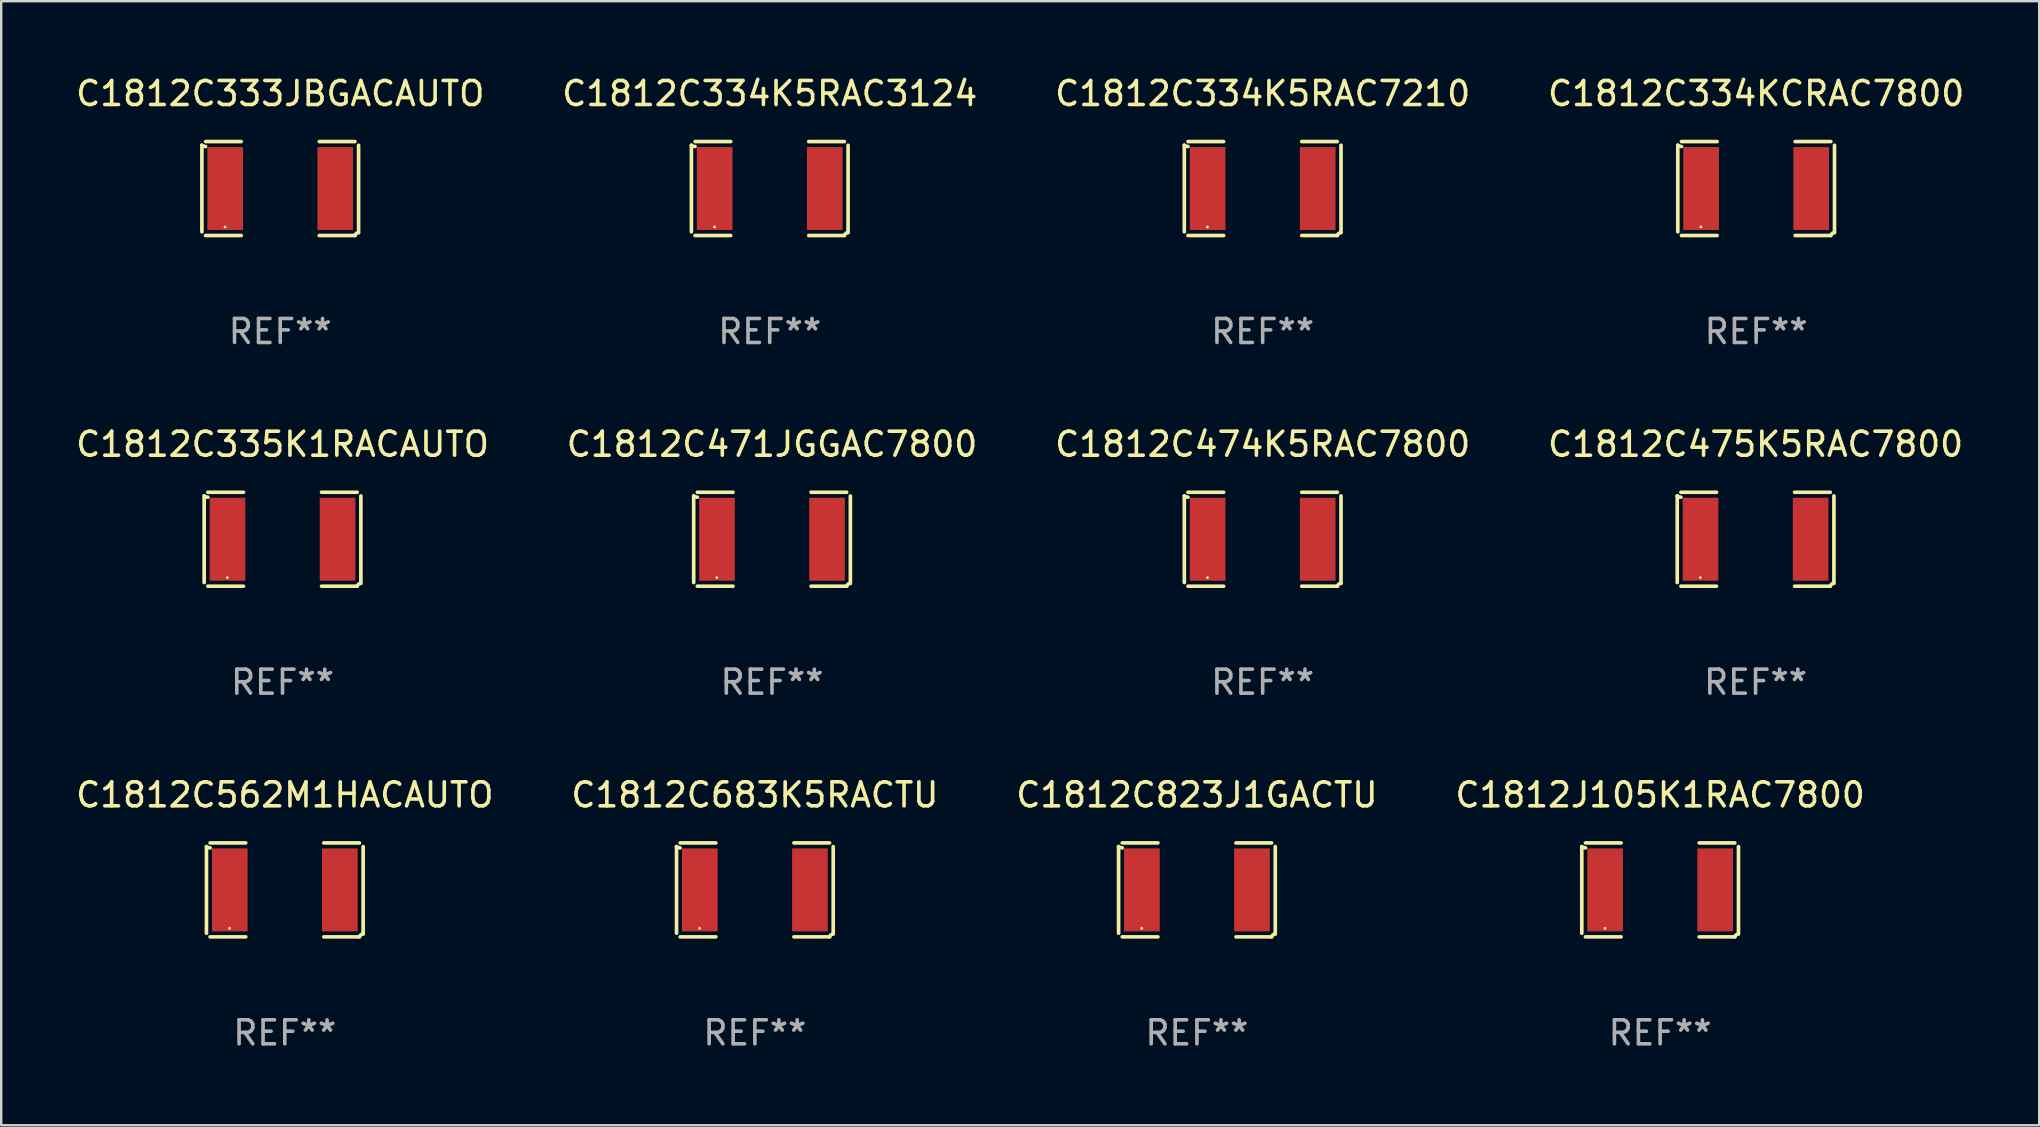
<source format=kicad_pcb>
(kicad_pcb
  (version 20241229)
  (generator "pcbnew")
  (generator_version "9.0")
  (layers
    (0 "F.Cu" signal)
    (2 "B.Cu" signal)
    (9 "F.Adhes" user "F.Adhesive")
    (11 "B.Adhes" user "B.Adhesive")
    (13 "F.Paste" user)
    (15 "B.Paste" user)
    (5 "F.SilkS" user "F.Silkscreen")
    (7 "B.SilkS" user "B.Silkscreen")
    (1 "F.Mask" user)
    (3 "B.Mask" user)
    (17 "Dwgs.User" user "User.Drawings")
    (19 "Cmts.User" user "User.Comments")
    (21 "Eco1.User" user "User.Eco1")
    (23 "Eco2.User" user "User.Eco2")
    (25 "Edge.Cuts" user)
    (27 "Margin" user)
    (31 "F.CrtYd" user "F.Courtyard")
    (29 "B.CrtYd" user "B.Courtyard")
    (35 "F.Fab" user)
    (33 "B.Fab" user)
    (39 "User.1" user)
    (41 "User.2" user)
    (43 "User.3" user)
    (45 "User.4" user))
  (footprint "C1812C334K5RAC3124"
    (layer "F.Cu")
    (at 29.018 4.805)
    (property "Reference" "C1812C334K5RAC3124" (at 0 -3.957 0) (layer "F.SilkS") (effects (font (size 1 1) (thickness 0.15))))
    (attr through_hole)
    (fp_line (start -3.264 1.804) (end -3.264 -1.804) (stroke (width 0.152) (type solid)) (layer "F.SilkS"))
    (fp_line (start -3.111 -1.957) (end -1.626 -1.957) (stroke (width 0.152) (type solid)) (layer "F.SilkS"))
    (fp_line (start -1.626 1.957) (end -3.111 1.957) (stroke (width 0.152) (type solid)) (layer "F.SilkS"))
    (fp_line (start 1.626 1.957) (end 3.111 1.957) (stroke (width 0.152) (type solid)) (layer "F.SilkS"))
    (fp_line (start 3.111 -1.957) (end 1.626 -1.957) (stroke (width 0.152) (type solid)) (layer "F.SilkS"))
    (fp_line (start 3.264 1.804) (end 3.264 -1.804) (stroke (width 0.152) (type solid)) (layer "F.SilkS"))
    (fp_arc (start -3.111202 -1.752192) (mid -3.191715 -1.76555) (end -3.263602 -1.804191) (stroke (width 0.1524) (type solid)) (layer "F.SilkS"))
    (fp_arc (start 3.111201 1.956591) (mid 3.167789 1.872777) (end 3.263602 1.840424) (stroke (width 0.1524) (type solid)) (layer "F.SilkS"))
    (fp_circle (center -2.3 1.6) (end -2.27 1.6) (stroke (width 0.06) (type solid)) (fill no) (layer "F.SilkS"))
    (fp_text user "REF**" (at 0 5.957 0) (layer "F.Fab") (effects (font (size 1 1) (thickness 0.15))))
    (pad "1" smd rect (at -2.293 0) (size 1.485 3.456) (layers "F.Cu" "F.Mask" "F.Paste"))
    (pad "2" smd rect (at 2.293 0) (size 1.485 3.456) (layers "F.Cu" "F.Mask" "F.Paste")))
  (footprint "C1812C335K1RACAUTO"
    (layer "F.Cu")
    (at 8.72 19.415)
    (property "Reference" "C1812C335K1RACAUTO" (at 0 -3.957 0) (layer "F.SilkS") (effects (font (size 1 1) (thickness 0.15))))
    (attr through_hole)
    (fp_line (start -3.264 1.804) (end -3.264 -1.804) (stroke (width 0.152) (type solid)) (layer "F.SilkS"))
    (fp_line (start -3.111 -1.957) (end -1.626 -1.957) (stroke (width 0.152) (type solid)) (layer "F.SilkS"))
    (fp_line (start -1.626 1.957) (end -3.111 1.957) (stroke (width 0.152) (type solid)) (layer "F.SilkS"))
    (fp_line (start 1.626 1.957) (end 3.111 1.957) (stroke (width 0.152) (type solid)) (layer "F.SilkS"))
    (fp_line (start 3.111 -1.957) (end 1.626 -1.957) (stroke (width 0.152) (type solid)) (layer "F.SilkS"))
    (fp_line (start 3.264 1.804) (end 3.264 -1.804) (stroke (width 0.152) (type solid)) (layer "F.SilkS"))
    (fp_arc (start -3.111202 -1.752192) (mid -3.191715 -1.76555) (end -3.263602 -1.804191) (stroke (width 0.1524) (type solid)) (layer "F.SilkS"))
    (fp_arc (start 3.111201 1.956591) (mid 3.167789 1.872777) (end 3.263602 1.840424) (stroke (width 0.1524) (type solid)) (layer "F.SilkS"))
    (fp_circle (center -2.3 1.6) (end -2.27 1.6) (stroke (width 0.06) (type solid)) (fill no) (layer "F.SilkS"))
    (fp_text user "REF**" (at 0 5.957 0) (layer "F.Fab") (effects (font (size 1 1) (thickness 0.15))))
    (pad "1" smd rect (at -2.293 0) (size 1.485 3.456) (layers "F.Cu" "F.Mask" "F.Paste"))
    (pad "2" smd rect (at 2.293 0) (size 1.485 3.456) (layers "F.Cu" "F.Mask" "F.Paste")))
  (footprint "C1812C333JBGACAUTO"
    (layer "F.Cu")
    (at 8.625 4.805)
    (property "Reference" "C1812C333JBGACAUTO" (at 0 -3.957 0) (layer "F.SilkS") (effects (font (size 1 1) (thickness 0.15))))
    (attr through_hole)
    (fp_line (start -3.264 1.804) (end -3.264 -1.804) (stroke (width 0.152) (type solid)) (layer "F.SilkS"))
    (fp_line (start -3.111 -1.957) (end -1.626 -1.957) (stroke (width 0.152) (type solid)) (layer "F.SilkS"))
    (fp_line (start -1.626 1.957) (end -3.111 1.957) (stroke (width 0.152) (type solid)) (layer "F.SilkS"))
    (fp_line (start 1.626 1.957) (end 3.111 1.957) (stroke (width 0.152) (type solid)) (layer "F.SilkS"))
    (fp_line (start 3.111 -1.957) (end 1.626 -1.957) (stroke (width 0.152) (type solid)) (layer "F.SilkS"))
    (fp_line (start 3.264 1.804) (end 3.264 -1.804) (stroke (width 0.152) (type solid)) (layer "F.SilkS"))
    (fp_arc (start -3.111202 -1.752192) (mid -3.191715 -1.76555) (end -3.263602 -1.804191) (stroke (width 0.1524) (type solid)) (layer "F.SilkS"))
    (fp_arc (start 3.111201 1.956591) (mid 3.167789 1.872777) (end 3.263602 1.840424) (stroke (width 0.1524) (type solid)) (layer "F.SilkS"))
    (fp_circle (center -2.3 1.6) (end -2.27 1.6) (stroke (width 0.06) (type solid)) (fill no) (layer "F.SilkS"))
    (fp_text user "REF**" (at 0 5.957 0) (layer "F.Fab") (effects (font (size 1 1) (thickness 0.15))))
    (pad "1" smd rect (at -2.293 0) (size 1.485 3.456) (layers "F.Cu" "F.Mask" "F.Paste"))
    (pad "2" smd rect (at 2.293 0) (size 1.485 3.456) (layers "F.Cu" "F.Mask" "F.Paste")))
  (footprint "C1812C471JGGAC7800"
    (layer "F.Cu")
    (at 29.113 19.415)
    (property "Reference" "C1812C471JGGAC7800" (at 0 -3.957 0) (layer "F.SilkS") (effects (font (size 1 1) (thickness 0.15))))
    (attr through_hole)
    (fp_line (start -3.264 1.804) (end -3.264 -1.804) (stroke (width 0.152) (type solid)) (layer "F.SilkS"))
    (fp_line (start -3.111 -1.957) (end -1.626 -1.957) (stroke (width 0.152) (type solid)) (layer "F.SilkS"))
    (fp_line (start -1.626 1.957) (end -3.111 1.957) (stroke (width 0.152) (type solid)) (layer "F.SilkS"))
    (fp_line (start 1.626 1.957) (end 3.111 1.957) (stroke (width 0.152) (type solid)) (layer "F.SilkS"))
    (fp_line (start 3.111 -1.957) (end 1.626 -1.957) (stroke (width 0.152) (type solid)) (layer "F.SilkS"))
    (fp_line (start 3.264 1.804) (end 3.264 -1.804) (stroke (width 0.152) (type solid)) (layer "F.SilkS"))
    (fp_arc (start -3.111202 -1.752192) (mid -3.191715 -1.76555) (end -3.263602 -1.804191) (stroke (width 0.1524) (type solid)) (layer "F.SilkS"))
    (fp_arc (start 3.111201 1.956591) (mid 3.167789 1.872777) (end 3.263602 1.840424) (stroke (width 0.1524) (type solid)) (layer "F.SilkS"))
    (fp_circle (center -2.3 1.6) (end -2.27 1.6) (stroke (width 0.06) (type solid)) (fill no) (layer "F.SilkS"))
    (fp_text user "REF**" (at 0 5.957 0) (layer "F.Fab") (effects (font (size 1 1) (thickness 0.15))))
    (pad "1" smd rect (at -2.293 0) (size 1.485 3.456) (layers "F.Cu" "F.Mask" "F.Paste"))
    (pad "2" smd rect (at 2.293 0) (size 1.485 3.456) (layers "F.Cu" "F.Mask" "F.Paste")))
  (footprint "C1812C334KCRAC7800"
    (layer "F.Cu")
    (at 70.113 4.805)
    (property "Reference" "C1812C334KCRAC7800" (at 0 -3.957 0) (layer "F.SilkS") (effects (font (size 1 1) (thickness 0.15))))
    (attr through_hole)
    (fp_line (start -3.264 1.804) (end -3.264 -1.804) (stroke (width 0.152) (type solid)) (layer "F.SilkS"))
    (fp_line (start -3.111 -1.957) (end -1.626 -1.957) (stroke (width 0.152) (type solid)) (layer "F.SilkS"))
    (fp_line (start -1.626 1.957) (end -3.111 1.957) (stroke (width 0.152) (type solid)) (layer "F.SilkS"))
    (fp_line (start 1.626 1.957) (end 3.111 1.957) (stroke (width 0.152) (type solid)) (layer "F.SilkS"))
    (fp_line (start 3.111 -1.957) (end 1.626 -1.957) (stroke (width 0.152) (type solid)) (layer "F.SilkS"))
    (fp_line (start 3.264 1.804) (end 3.264 -1.804) (stroke (width 0.152) (type solid)) (layer "F.SilkS"))
    (fp_arc (start -3.111202 -1.752192) (mid -3.191715 -1.76555) (end -3.263602 -1.804191) (stroke (width 0.1524) (type solid)) (layer "F.SilkS"))
    (fp_arc (start 3.111201 1.956591) (mid 3.167789 1.872777) (end 3.263602 1.840424) (stroke (width 0.1524) (type solid)) (layer "F.SilkS"))
    (fp_circle (center -2.3 1.6) (end -2.27 1.6) (stroke (width 0.06) (type solid)) (fill no) (layer "F.SilkS"))
    (fp_text user "REF**" (at 0 5.957 0) (layer "F.Fab") (effects (font (size 1 1) (thickness 0.15))))
    (pad "1" smd rect (at -2.293 0) (size 1.485 3.456) (layers "F.Cu" "F.Mask" "F.Paste"))
    (pad "2" smd rect (at 2.293 0) (size 1.485 3.456) (layers "F.Cu" "F.Mask" "F.Paste")))
  (footprint "C1812C334K5RAC7210"
    (layer "F.Cu")
    (at 49.554 4.805)
    (property "Reference" "C1812C334K5RAC7210" (at 0 -3.957 0) (layer "F.SilkS") (effects (font (size 1 1) (thickness 0.15))))
    (attr through_hole)
    (fp_line (start -3.264 1.804) (end -3.264 -1.804) (stroke (width 0.152) (type solid)) (layer "F.SilkS"))
    (fp_line (start -3.111 -1.957) (end -1.626 -1.957) (stroke (width 0.152) (type solid)) (layer "F.SilkS"))
    (fp_line (start -1.626 1.957) (end -3.111 1.957) (stroke (width 0.152) (type solid)) (layer "F.SilkS"))
    (fp_line (start 1.626 1.957) (end 3.111 1.957) (stroke (width 0.152) (type solid)) (layer "F.SilkS"))
    (fp_line (start 3.111 -1.957) (end 1.626 -1.957) (stroke (width 0.152) (type solid)) (layer "F.SilkS"))
    (fp_line (start 3.264 1.804) (end 3.264 -1.804) (stroke (width 0.152) (type solid)) (layer "F.SilkS"))
    (fp_arc (start -3.111202 -1.752192) (mid -3.191715 -1.76555) (end -3.263602 -1.804191) (stroke (width 0.1524) (type solid)) (layer "F.SilkS"))
    (fp_arc (start 3.111201 1.956591) (mid 3.167789 1.872777) (end 3.263602 1.840424) (stroke (width 0.1524) (type solid)) (layer "F.SilkS"))
    (fp_circle (center -2.3 1.6) (end -2.27 1.6) (stroke (width 0.06) (type solid)) (fill no) (layer "F.SilkS"))
    (fp_text user "REF**" (at 0 5.957 0) (layer "F.Fab") (effects (font (size 1 1) (thickness 0.15))))
    (pad "1" smd rect (at -2.293 0) (size 1.485 3.456) (layers "F.Cu" "F.Mask" "F.Paste"))
    (pad "2" smd rect (at 2.293 0) (size 1.485 3.456) (layers "F.Cu" "F.Mask" "F.Paste")))
  (footprint "C1812C474K5RAC7800"
    (layer "F.Cu")
    (at 49.554 19.415)
    (property "Reference" "C1812C474K5RAC7800" (at 0 -3.957 0) (layer "F.SilkS") (effects (font (size 1 1) (thickness 0.15))))
    (attr through_hole)
    (fp_line (start -3.264 1.804) (end -3.264 -1.804) (stroke (width 0.152) (type solid)) (layer "F.SilkS"))
    (fp_line (start -3.111 -1.957) (end -1.626 -1.957) (stroke (width 0.152) (type solid)) (layer "F.SilkS"))
    (fp_line (start -1.626 1.957) (end -3.111 1.957) (stroke (width 0.152) (type solid)) (layer "F.SilkS"))
    (fp_line (start 1.626 1.957) (end 3.111 1.957) (stroke (width 0.152) (type solid)) (layer "F.SilkS"))
    (fp_line (start 3.111 -1.957) (end 1.626 -1.957) (stroke (width 0.152) (type solid)) (layer "F.SilkS"))
    (fp_line (start 3.264 1.804) (end 3.264 -1.804) (stroke (width 0.152) (type solid)) (layer "F.SilkS"))
    (fp_arc (start -3.111202 -1.752192) (mid -3.191715 -1.76555) (end -3.263602 -1.804191) (stroke (width 0.1524) (type solid)) (layer "F.SilkS"))
    (fp_arc (start 3.111201 1.956591) (mid 3.167789 1.872777) (end 3.263602 1.840424) (stroke (width 0.1524) (type solid)) (layer "F.SilkS"))
    (fp_circle (center -2.3 1.6) (end -2.27 1.6) (stroke (width 0.06) (type solid)) (fill no) (layer "F.SilkS"))
    (fp_text user "REF**" (at 0 5.957 0) (layer "F.Fab") (effects (font (size 1 1) (thickness 0.15))))
    (pad "1" smd rect (at -2.293 0) (size 1.485 3.456) (layers "F.Cu" "F.Mask" "F.Paste"))
    (pad "2" smd rect (at 2.293 0) (size 1.485 3.456) (layers "F.Cu" "F.Mask" "F.Paste")))
  (footprint "C1812C475K5RAC7800"
    (layer "F.Cu")
    (at 70.089 19.415)
    (property "Reference" "C1812C475K5RAC7800" (at 0 -3.957 0) (layer "F.SilkS") (effects (font (size 1 1) (thickness 0.15))))
    (attr through_hole)
    (fp_line (start -3.264 1.804) (end -3.264 -1.804) (stroke (width 0.152) (type solid)) (layer "F.SilkS"))
    (fp_line (start -3.111 -1.957) (end -1.626 -1.957) (stroke (width 0.152) (type solid)) (layer "F.SilkS"))
    (fp_line (start -1.626 1.957) (end -3.111 1.957) (stroke (width 0.152) (type solid)) (layer "F.SilkS"))
    (fp_line (start 1.626 1.957) (end 3.111 1.957) (stroke (width 0.152) (type solid)) (layer "F.SilkS"))
    (fp_line (start 3.111 -1.957) (end 1.626 -1.957) (stroke (width 0.152) (type solid)) (layer "F.SilkS"))
    (fp_line (start 3.264 1.804) (end 3.264 -1.804) (stroke (width 0.152) (type solid)) (layer "F.SilkS"))
    (fp_arc (start -3.111202 -1.752192) (mid -3.191715 -1.76555) (end -3.263602 -1.804191) (stroke (width 0.1524) (type solid)) (layer "F.SilkS"))
    (fp_arc (start 3.111201 1.956591) (mid 3.167789 1.872777) (end 3.263602 1.840424) (stroke (width 0.1524) (type solid)) (layer "F.SilkS"))
    (fp_circle (center -2.3 1.6) (end -2.27 1.6) (stroke (width 0.06) (type solid)) (fill no) (layer "F.SilkS"))
    (fp_text user "REF**" (at 0 5.957 0) (layer "F.Fab") (effects (font (size 1 1) (thickness 0.15))))
    (pad "1" smd rect (at -2.293 0) (size 1.485 3.456) (layers "F.Cu" "F.Mask" "F.Paste"))
    (pad "2" smd rect (at 2.293 0) (size 1.485 3.456) (layers "F.Cu" "F.Mask" "F.Paste")))
  (footprint "C1812C823J1GACTU"
    (layer "F.Cu")
    (at 46.815 34.024)
    (property "Reference" "C1812C823J1GACTU" (at 0 -3.957 0) (layer "F.SilkS") (effects (font (size 1 1) (thickness 0.15))))
    (attr through_hole)
    (fp_line (start -3.264 1.804) (end -3.264 -1.804) (stroke (width 0.152) (type solid)) (layer "F.SilkS"))
    (fp_line (start -3.111 -1.957) (end -1.626 -1.957) (stroke (width 0.152) (type solid)) (layer "F.SilkS"))
    (fp_line (start -1.626 1.957) (end -3.111 1.957) (stroke (width 0.152) (type solid)) (layer "F.SilkS"))
    (fp_line (start 1.626 1.957) (end 3.111 1.957) (stroke (width 0.152) (type solid)) (layer "F.SilkS"))
    (fp_line (start 3.111 -1.957) (end 1.626 -1.957) (stroke (width 0.152) (type solid)) (layer "F.SilkS"))
    (fp_line (start 3.264 1.804) (end 3.264 -1.804) (stroke (width 0.152) (type solid)) (layer "F.SilkS"))
    (fp_arc (start -3.111202 -1.752192) (mid -3.191715 -1.76555) (end -3.263602 -1.804191) (stroke (width 0.1524) (type solid)) (layer "F.SilkS"))
    (fp_arc (start 3.111201 1.956591) (mid 3.167789 1.872777) (end 3.263602 1.840424) (stroke (width 0.1524) (type solid)) (layer "F.SilkS"))
    (fp_circle (center -2.3 1.6) (end -2.27 1.6) (stroke (width 0.06) (type solid)) (fill no) (layer "F.SilkS"))
    (fp_text user "REF**" (at 0 5.957 0) (layer "F.Fab") (effects (font (size 1 1) (thickness 0.15))))
    (pad "1" smd rect (at -2.293 0) (size 1.485 3.456) (layers "F.Cu" "F.Mask" "F.Paste"))
    (pad "2" smd rect (at 2.293 0) (size 1.485 3.456) (layers "F.Cu" "F.Mask" "F.Paste")))
  (footprint "C1812C683K5RACTU"
    (layer "F.Cu")
    (at 28.399 34.024)
    (property "Reference" "C1812C683K5RACTU" (at 0 -3.957 0) (layer "F.SilkS") (effects (font (size 1 1) (thickness 0.15))))
    (attr through_hole)
    (fp_line (start -3.264 1.804) (end -3.264 -1.804) (stroke (width 0.152) (type solid)) (layer "F.SilkS"))
    (fp_line (start -3.111 -1.957) (end -1.626 -1.957) (stroke (width 0.152) (type solid)) (layer "F.SilkS"))
    (fp_line (start -1.626 1.957) (end -3.111 1.957) (stroke (width 0.152) (type solid)) (layer "F.SilkS"))
    (fp_line (start 1.626 1.957) (end 3.111 1.957) (stroke (width 0.152) (type solid)) (layer "F.SilkS"))
    (fp_line (start 3.111 -1.957) (end 1.626 -1.957) (stroke (width 0.152) (type solid)) (layer "F.SilkS"))
    (fp_line (start 3.264 1.804) (end 3.264 -1.804) (stroke (width 0.152) (type solid)) (layer "F.SilkS"))
    (fp_arc (start -3.111202 -1.752192) (mid -3.191715 -1.76555) (end -3.263602 -1.804191) (stroke (width 0.1524) (type solid)) (layer "F.SilkS"))
    (fp_arc (start 3.111201 1.956591) (mid 3.167789 1.872777) (end 3.263602 1.840424) (stroke (width 0.1524) (type solid)) (layer "F.SilkS"))
    (fp_circle (center -2.3 1.6) (end -2.27 1.6) (stroke (width 0.06) (type solid)) (fill no) (layer "F.SilkS"))
    (fp_text user "REF**" (at 0 5.957 0) (layer "F.Fab") (effects (font (size 1 1) (thickness 0.15))))
    (pad "1" smd rect (at -2.293 0) (size 1.485 3.456) (layers "F.Cu" "F.Mask" "F.Paste"))
    (pad "2" smd rect (at 2.293 0) (size 1.485 3.456) (layers "F.Cu" "F.Mask" "F.Paste")))
  (footprint "C1812J105K1RAC7800"
    (layer "F.Cu")
    (at 66.113 34.024)
    (property "Reference" "C1812J105K1RAC7800" (at 0 -3.957 0) (layer "F.SilkS") (effects (font (size 1 1) (thickness 0.15))))
    (attr through_hole)
    (fp_line (start -3.264 1.804) (end -3.264 -1.804) (stroke (width 0.152) (type solid)) (layer "F.SilkS"))
    (fp_line (start -3.111 -1.957) (end -1.626 -1.957) (stroke (width 0.152) (type solid)) (layer "F.SilkS"))
    (fp_line (start -1.626 1.957) (end -3.111 1.957) (stroke (width 0.152) (type solid)) (layer "F.SilkS"))
    (fp_line (start 1.626 1.957) (end 3.111 1.957) (stroke (width 0.152) (type solid)) (layer "F.SilkS"))
    (fp_line (start 3.111 -1.957) (end 1.626 -1.957) (stroke (width 0.152) (type solid)) (layer "F.SilkS"))
    (fp_line (start 3.264 1.804) (end 3.264 -1.804) (stroke (width 0.152) (type solid)) (layer "F.SilkS"))
    (fp_arc (start -3.111202 -1.752192) (mid -3.191715 -1.76555) (end -3.263602 -1.804191) (stroke (width 0.1524) (type solid)) (layer "F.SilkS"))
    (fp_arc (start 3.111201 1.956591) (mid 3.167789 1.872777) (end 3.263602 1.840424) (stroke (width 0.1524) (type solid)) (layer "F.SilkS"))
    (fp_circle (center -2.3 1.6) (end -2.27 1.6) (stroke (width 0.06) (type solid)) (fill no) (layer "F.SilkS"))
    (fp_text user "REF**" (at 0 5.957 0) (layer "F.Fab") (effects (font (size 1 1) (thickness 0.15))))
    (pad "1" smd rect (at -2.293 0) (size 1.485 3.456) (layers "F.Cu" "F.Mask" "F.Paste"))
    (pad "2" smd rect (at 2.293 0) (size 1.485 3.456) (layers "F.Cu" "F.Mask" "F.Paste")))
  (footprint "C1812C562M1HACAUTO"
    (layer "F.Cu")
    (at 8.815 34.024)
    (property "Reference" "C1812C562M1HACAUTO" (at 0 -3.957 0) (layer "F.SilkS") (effects (font (size 1 1) (thickness 0.15))))
    (attr through_hole)
    (fp_line (start -3.264 1.804) (end -3.264 -1.804) (stroke (width 0.152) (type solid)) (layer "F.SilkS"))
    (fp_line (start -3.111 -1.957) (end -1.626 -1.957) (stroke (width 0.152) (type solid)) (layer "F.SilkS"))
    (fp_line (start -1.626 1.957) (end -3.111 1.957) (stroke (width 0.152) (type solid)) (layer "F.SilkS"))
    (fp_line (start 1.626 1.957) (end 3.111 1.957) (stroke (width 0.152) (type solid)) (layer "F.SilkS"))
    (fp_line (start 3.111 -1.957) (end 1.626 -1.957) (stroke (width 0.152) (type solid)) (layer "F.SilkS"))
    (fp_line (start 3.264 1.804) (end 3.264 -1.804) (stroke (width 0.152) (type solid)) (layer "F.SilkS"))
    (fp_arc (start -3.111202 -1.752192) (mid -3.191715 -1.76555) (end -3.263602 -1.804191) (stroke (width 0.1524) (type solid)) (layer "F.SilkS"))
    (fp_arc (start 3.111201 1.956591) (mid 3.167789 1.872777) (end 3.263602 1.840424) (stroke (width 0.1524) (type solid)) (layer "F.SilkS"))
    (fp_circle (center -2.3 1.6) (end -2.27 1.6) (stroke (width 0.06) (type solid)) (fill no) (layer "F.SilkS"))
    (fp_text user "REF**" (at 0 5.957 0) (layer "F.Fab") (effects (font (size 1 1) (thickness 0.15))))
    (pad "1" smd rect (at -2.293 0) (size 1.485 3.456) (layers "F.Cu" "F.Mask" "F.Paste"))
    (pad "2" smd rect (at 2.293 0) (size 1.485 3.456) (layers "F.Cu" "F.Mask" "F.Paste")))
  (gr_rect
    (start -3 -3)
    (end 81.905 43.829)
    (stroke (width 0.1) (type default))
    (fill no)
    (layer "Edge.Cuts")))
</source>
